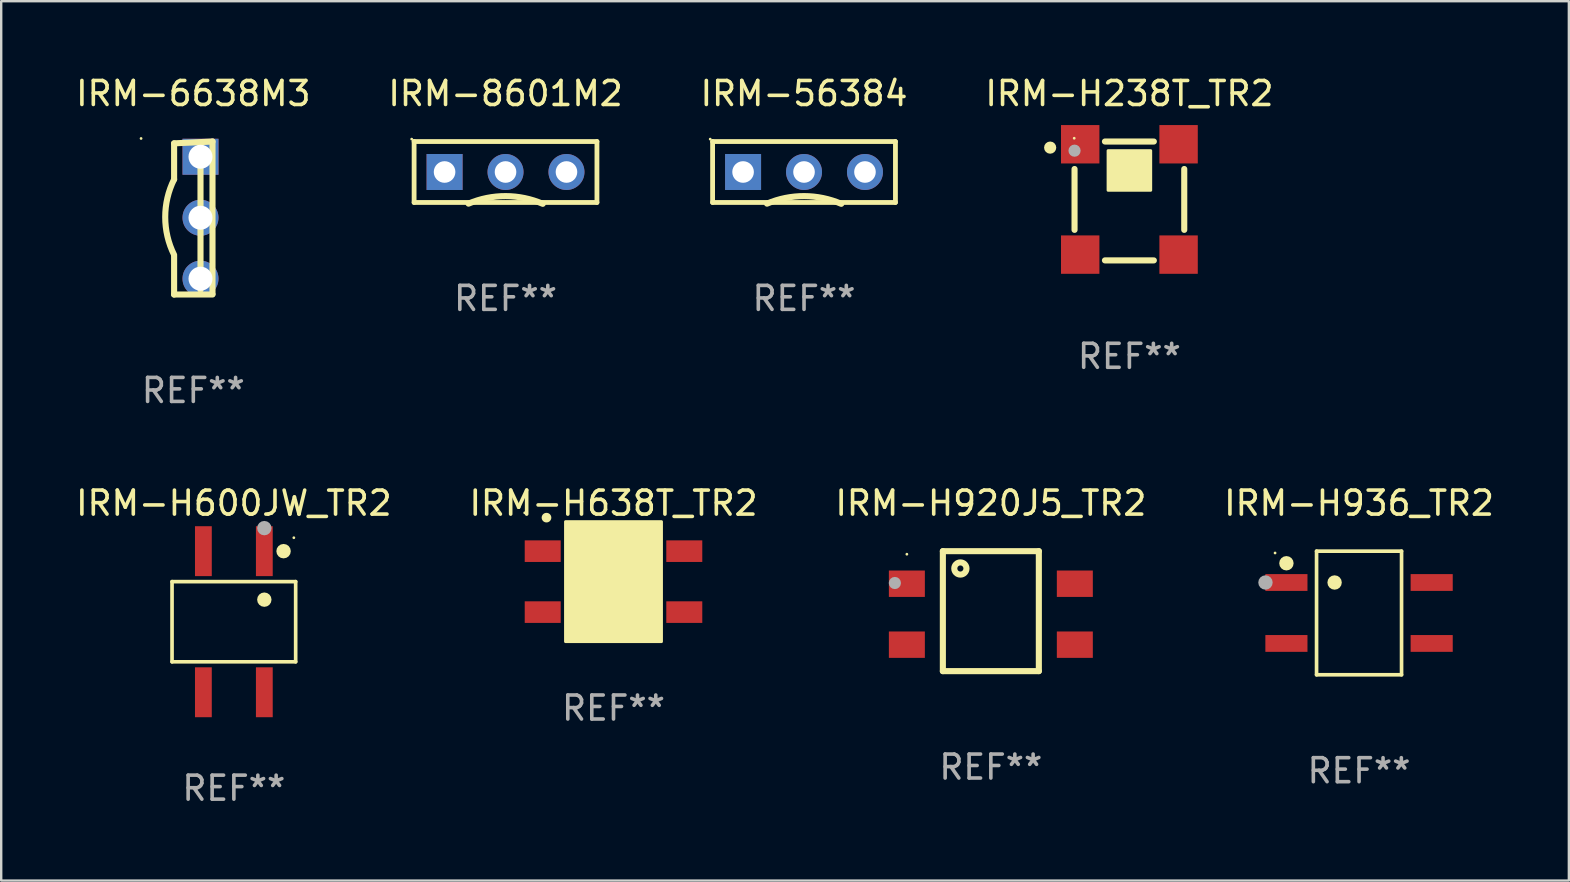
<source format=kicad_pcb>
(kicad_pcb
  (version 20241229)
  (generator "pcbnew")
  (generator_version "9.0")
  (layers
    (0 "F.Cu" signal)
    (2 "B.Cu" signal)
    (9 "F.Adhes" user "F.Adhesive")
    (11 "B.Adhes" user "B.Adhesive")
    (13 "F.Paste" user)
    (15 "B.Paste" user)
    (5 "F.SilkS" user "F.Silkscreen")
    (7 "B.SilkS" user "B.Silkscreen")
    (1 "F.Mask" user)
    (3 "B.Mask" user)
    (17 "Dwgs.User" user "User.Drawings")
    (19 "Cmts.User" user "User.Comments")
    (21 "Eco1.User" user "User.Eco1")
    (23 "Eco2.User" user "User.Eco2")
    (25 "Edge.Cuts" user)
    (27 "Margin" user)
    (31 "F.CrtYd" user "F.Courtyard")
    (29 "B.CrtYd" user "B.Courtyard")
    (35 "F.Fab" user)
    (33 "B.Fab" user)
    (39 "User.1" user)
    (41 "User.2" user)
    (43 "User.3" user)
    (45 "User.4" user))
  (footprint "IRM-6638M3"
    (layer "F.Cu")
    (at 5.006 6.036)
    (property "Reference" "IRM-6638M3" (at 0 -5.188 0) (layer "F.SilkS") (effects (font (size 1 1) (thickness 0.15))))
    (attr through_hole)
    (fp_line (start -0.8 -1.612) (end -0.8 -3.112) (stroke (width 0.254) (type solid)) (layer "F.SilkS"))
    (fp_line (start -0.8 1.588) (end -0.8 3.188) (stroke (width 0.254) (type solid)) (layer "F.SilkS"))
    (fp_line (start -0.8 3.188) (end 0.8 3.188) (stroke (width 0.254) (type solid)) (layer "F.SilkS"))
    (fp_line (start 0.3 -3.012) (end 0.3 2.988) (stroke (width 0.254) (type solid)) (layer "F.SilkS"))
    (fp_line (start 0.8 -3.188) (end -0.8 -3.112) (stroke (width 0.254) (type solid)) (layer "F.SilkS"))
    (fp_line (start 0.8 -3.188) (end 0.8 3.163) (stroke (width 0.254) (type solid)) (layer "F.SilkS"))
    (fp_arc (start -0.8 1.537109) (mid -1.170259 -0.037694) (end -0.8 -1.612497) (stroke (width 0.254001) (type solid)) (layer "F.SilkS"))
    (fp_circle (center -2.177 -3.315) (end -2.147 -3.315) (stroke (width 0.06) (type solid)) (fill no) (layer "F.SilkS"))
    (fp_text user "REF**" (at 0 7.188 0) (layer "F.Fab") (effects (font (size 1 1) (thickness 0.15))))
    (pad "1" thru_hole rect (at 0.3 -2.553 270) (size 1.5 1.5) (drill 1) (layers "*.Cu" "*.Mask"))
    (pad "2" thru_hole circle (at 0.3 -0.012) (size 1.5 1.5) (drill 1) (layers "*.Cu" "*.Mask"))
    (pad "3" thru_hole circle (at 0.3 2.528) (size 1.5 1.5) (drill 1) (layers "*.Cu" "*.Mask")))
  (footprint "IRM-H638T_TR2"
    (layer "F.Cu")
    (at 22.518 21.19)
    (property "Reference" "IRM-H638T_TR2" (at 0 -3.27 0) (layer "F.SilkS") (effects (font (size 1 1) (thickness 0.15))))
    (attr through_hole)
    (fp_arc (start -2.794006 -2.667005) (mid -2.792736 -2.667009) (end -2.791466 -2.667005) (stroke (width 0.4) (type solid)) (layer "F.SilkS"))
    (fp_circle (center -3.7 -2.867) (end -3.67 -2.867) (stroke (width 0.06) (type solid)) (fill no) (layer "F.SilkS"))
    (fp_circle (center 0 -0.762) (end 1.529 -0.762) (stroke (width 0.254) (type solid)) (fill no) (layer "F.SilkS"))
    (fp_poly (pts (xy -2 -2.5) (xy 2 -2.5) (xy 2 2.5) (xy -2 2.5)) (stroke (width 0.12) (type solid)) (fill yes) (layer "F.SilkS"))
    (fp_text user "REF**" (at 0 5.27 0) (layer "F.Fab") (effects (font (size 1 1) (thickness 0.15))))
    (pad "1" smd rect (at -2.95 -1.27 90) (size 0.9 1.5) (layers "F.Cu" "F.Mask" "F.Paste"))
    (pad "2" smd rect (at -2.95 1.27 90) (size 0.9 1.5) (layers "F.Cu" "F.Mask" "F.Paste"))
    (pad "3" smd rect (at 2.95 1.27 90) (size 0.9 1.5) (layers "F.Cu" "F.Mask" "F.Paste"))
    (pad "4" smd rect (at 2.95 -1.27 90) (size 0.9 1.5) (layers "F.Cu" "F.Mask" "F.Paste")))
  (footprint "IRM-H600JW_TR2"
    (layer "F.Cu")
    (at 6.696 22.86)
    (property "Reference" "IRM-H600JW_TR2" (at 0 -4.94 0) (layer "F.SilkS") (effects (font (size 1 1) (thickness 0.15))))
    (attr through_hole)
    (fp_line (start -2.576 -1.671) (end 2.576 -1.671) (stroke (width 0.152) (type solid)) (layer "F.SilkS"))
    (fp_line (start -2.576 1.671) (end -2.576 -1.671) (stroke (width 0.152) (type solid)) (layer "F.SilkS"))
    (fp_line (start 2.576 -1.671) (end 2.576 1.671) (stroke (width 0.152) (type solid)) (layer "F.SilkS"))
    (fp_line (start 2.576 1.671) (end -2.576 1.671) (stroke (width 0.152) (type solid)) (layer "F.SilkS"))
    (fp_circle (center 1.27 -0.919) (end 1.42 -0.919) (stroke (width 0.3) (type solid)) (fill no) (layer "F.SilkS"))
    (fp_circle (center 2.072 -2.94) (end 2.223 -2.94) (stroke (width 0.3) (type solid)) (fill no) (layer "F.SilkS"))
    (fp_circle (center 2.5 -3.5) (end 2.53 -3.5) (stroke (width 0.06) (type solid)) (fill no) (layer "F.SilkS"))
    (fp_circle (center 1.27 -3.9) (end 1.42 -3.9) (stroke (width 0.3) (type solid)) (fill no) (layer "F.Fab"))
    (fp_text user "REF**" (at 0 6.94 0) (layer "F.Fab") (effects (font (size 1 1) (thickness 0.15))))
    (pad "1" smd rect (at 1.27 -2.94) (size 0.7 2.08) (layers "F.Cu" "F.Mask" "F.Paste"))
    (pad "2" smd rect (at -1.27 -2.94) (size 0.7 2.08) (layers "F.Cu" "F.Mask" "F.Paste"))
    (pad "3" smd rect (at -1.27 2.94) (size 0.7 2.08) (layers "F.Cu" "F.Mask" "F.Paste"))
    (pad "4" smd rect (at 1.27 2.94) (size 0.7 2.08) (layers "F.Cu" "F.Mask" "F.Paste")))
  (footprint "IRM-H920J5_TR2"
    (layer "F.Cu")
    (at 38.244 22.42)
    (property "Reference" "IRM-H920J5_TR2" (at 0 -4.5 0) (layer "F.SilkS") (effects (font (size 1 1) (thickness 0.15))))
    (attr through_hole)
    (fp_line (start -2 -2.5) (end 2 -2.5) (stroke (width 0.254) (type solid)) (layer "F.SilkS"))
    (fp_line (start -2 2.5) (end -2 -2.5) (stroke (width 0.254) (type solid)) (layer "F.SilkS"))
    (fp_line (start 2 -2.5) (end 2 2.5) (stroke (width 0.254) (type solid)) (layer "F.SilkS"))
    (fp_line (start 2 2.5) (end -2 2.5) (stroke (width 0.254) (type solid)) (layer "F.SilkS"))
    (fp_circle (center -3.5 -2.373) (end -3.47 -2.373) (stroke (width 0.06) (type solid)) (fill no) (layer "F.SilkS"))
    (fp_circle (center -1.27 -1.778) (end -1.016 -1.778) (stroke (width 0.254) (type solid)) (fill no) (layer "F.SilkS"))
    (fp_circle (center -4 -1.173) (end -3.873 -1.173) (stroke (width 0.254) (type solid)) (fill no) (layer "F.Fab"))
    (fp_text user "REF**" (at 0 6.5 0) (layer "F.Fab") (effects (font (size 1 1) (thickness 0.15))))
    (pad "1" smd rect (at -3.5 -1.143) (size 1.5 1.1) (layers "F.Cu" "F.Mask" "F.Paste"))
    (pad "2" smd rect (at -3.5 1.397) (size 1.5 1.1) (layers "F.Cu" "F.Mask" "F.Paste"))
    (pad "3" smd rect (at 3.5 1.397) (size 1.5 1.1) (layers "F.Cu" "F.Mask" "F.Paste"))
    (pad "4" smd rect (at 3.5 -1.143) (size 1.5 1.1) (layers "F.Cu" "F.Mask" "F.Paste")))
  (footprint "IRM-8601M2"
    (layer "F.Cu")
    (at 18.018 4.118)
    (property "Reference" "IRM-8601M2" (at 0 -3.27 0) (layer "F.SilkS") (effects (font (size 1 1) (thickness 0.15))))
    (attr through_hole)
    (fp_line (start -3.81 -1.27) (end 3.81 -1.27) (stroke (width 0.2) (type solid)) (layer "F.SilkS"))
    (fp_line (start -3.81 1.27) (end -3.81 -1.27) (stroke (width 0.2) (type solid)) (layer "F.SilkS"))
    (fp_line (start 3.81 -1.27) (end 3.81 1.27) (stroke (width 0.2) (type solid)) (layer "F.SilkS"))
    (fp_line (start 3.81 1.27) (end -3.81 1.27) (stroke (width 0.2) (type solid)) (layer "F.SilkS"))
    (fp_arc (start -1.541808 1.318263) (mid 0.005837 1.004733) (end 1.551918 1.325883) (stroke (width 0.254001) (type solid)) (layer "F.SilkS"))
    (fp_circle (center -3.91 -1.37) (end -3.88 -1.37) (stroke (width 0.06) (type solid)) (fill no) (layer "F.SilkS"))
    (fp_text user "REF**" (at 0 5.27 0) (layer "F.Fab") (effects (font (size 1 1) (thickness 0.15))))
    (pad "1" thru_hole rect (at -2.54 -0.000051) (size 1.5 1.5) (drill 0.9) (layers "*.Cu" "*.Mask"))
    (pad "2" thru_hole circle (at -0.000025 -0.000051) (size 1.5 1.5) (drill 0.9) (layers "*.Cu" "*.Mask"))
    (pad "3" thru_hole circle (at 2.54 -0.000051) (size 1.5 1.5) (drill 0.9) (layers "*.Cu" "*.Mask")))
  (footprint "IRM-H238T_TR2"
    (layer "F.Cu")
    (at 44.018 5.325)
    (property "Reference" "IRM-H238T_TR2" (at 0 -4.477 0) (layer "F.SilkS") (effects (font (size 1 1) (thickness 0.15))))
    (attr through_hole)
    (fp_line (start -2.286 1.205) (end -2.286 -1.332) (stroke (width 0.254) (type solid)) (layer "F.SilkS"))
    (fp_line (start -1.019 -2.477) (end 1.019 -2.477) (stroke (width 0.254) (type solid)) (layer "F.SilkS"))
    (fp_line (start -1.019 2.477) (end 1.019 2.477) (stroke (width 0.254) (type solid)) (layer "F.SilkS"))
    (fp_line (start 2.286 1.205) (end 2.286 -1.332) (stroke (width 0.254) (type solid)) (layer "F.SilkS"))
    (fp_circle (center -3.302 -2.223) (end -3.175 -2.223) (stroke (width 0.254) (type solid)) (fill no) (layer "F.SilkS"))
    (fp_circle (center -2.3 -2.614) (end -2.27 -2.614) (stroke (width 0.06) (type solid)) (fill no) (layer "F.SilkS"))
    (fp_poly (pts (xy -0.889 -2.096) (xy 0.889 -2.096) (xy 0.889 -0.445) (xy -0.889 -0.445)) (stroke (width 0.12) (type solid)) (fill yes) (layer "F.SilkS"))
    (fp_circle (center -2.286 -2.096) (end -2.159 -2.096) (stroke (width 0.254) (type solid)) (fill no) (layer "F.Fab"))
    (fp_text user "REF**" (at 0 6.477 0) (layer "F.Fab") (effects (font (size 1 1) (thickness 0.15))))
    (pad "1" smd rect (at -2.05 -2.363) (size 1.6 1.6) (layers "F.Cu" "F.Mask" "F.Paste"))
    (pad "2" smd rect (at -2.05 2.236) (size 1.6 1.6) (layers "F.Cu" "F.Mask" "F.Paste"))
    (pad "3" smd rect (at 2.05 2.236) (size 1.6 1.6) (layers "F.Cu" "F.Mask" "F.Paste"))
    (pad "4" smd rect (at 2.05 -2.363) (size 1.6 1.6) (layers "F.Cu" "F.Mask" "F.Paste")))
  (footprint "IRM-H936_TR2"
    (layer "F.Cu")
    (at 53.589 22.496)
    (property "Reference" "IRM-H936_TR2" (at 0 -4.576 0) (layer "F.SilkS") (effects (font (size 1 1) (thickness 0.15))))
    (attr through_hole)
    (fp_line (start -1.771 -2.576) (end 1.771 -2.576) (stroke (width 0.152) (type solid)) (layer "F.SilkS"))
    (fp_line (start -1.771 2.576) (end -1.771 -2.576) (stroke (width 0.152) (type solid)) (layer "F.SilkS"))
    (fp_line (start 1.771 -2.576) (end 1.771 2.576) (stroke (width 0.152) (type solid)) (layer "F.SilkS"))
    (fp_line (start 1.771 2.576) (end -1.771 2.576) (stroke (width 0.152) (type solid)) (layer "F.SilkS"))
    (fp_circle (center -3.5 -2.5) (end -3.47 -2.5) (stroke (width 0.06) (type solid)) (fill no) (layer "F.SilkS"))
    (fp_circle (center -3.027 -2.072) (end -2.877 -2.072) (stroke (width 0.3) (type solid)) (fill no) (layer "F.SilkS"))
    (fp_circle (center -1.019 -1.27) (end -0.869 -1.27) (stroke (width 0.3) (type solid)) (fill no) (layer "F.SilkS"))
    (fp_circle (center -3.9 -1.27) (end -3.75 -1.27) (stroke (width 0.3) (type solid)) (fill no) (layer "F.Fab"))
    (fp_text user "REF**" (at 0 6.576 0) (layer "F.Fab") (effects (font (size 1 1) (thickness 0.15))))
    (pad "1" smd rect (at -3.027 -1.27 270) (size 0.7 1.755) (layers "F.Cu" "F.Mask" "F.Paste"))
    (pad "2" smd rect (at -3.027 1.27 270) (size 0.7 1.755) (layers "F.Cu" "F.Mask" "F.Paste"))
    (pad "3" smd rect (at 3.027 1.27 270) (size 0.7 1.755) (layers "F.Cu" "F.Mask" "F.Paste"))
    (pad "4" smd rect (at 3.027 -1.27 270) (size 0.7 1.755) (layers "F.Cu" "F.Mask" "F.Paste")))
  (footprint "IRM-56384"
    (layer "F.Cu")
    (at 30.458 4.118)
    (property "Reference" "IRM-56384" (at 0 -3.27 0) (layer "F.SilkS") (effects (font (size 1 1) (thickness 0.15))))
    (attr through_hole)
    (fp_line (start -3.81 -1.27) (end 3.81 -1.27) (stroke (width 0.2) (type solid)) (layer "F.SilkS"))
    (fp_line (start -3.81 1.27) (end -3.81 -1.27) (stroke (width 0.2) (type solid)) (layer "F.SilkS"))
    (fp_line (start 3.81 -1.27) (end 3.81 1.27) (stroke (width 0.2) (type solid)) (layer "F.SilkS"))
    (fp_line (start 3.81 1.27) (end -3.81 1.27) (stroke (width 0.2) (type solid)) (layer "F.SilkS"))
    (fp_arc (start -1.541808 1.318263) (mid 0.005837 1.004733) (end 1.551918 1.325883) (stroke (width 0.254001) (type solid)) (layer "F.SilkS"))
    (fp_circle (center -3.91 -1.37) (end -3.88 -1.37) (stroke (width 0.06) (type solid)) (fill no) (layer "F.SilkS"))
    (fp_text user "REF**" (at 0 5.27 0) (layer "F.Fab") (effects (font (size 1 1) (thickness 0.15))))
    (pad "1" thru_hole rect (at -2.54 -0.000051) (size 1.5 1.5) (drill 0.9) (layers "*.Cu" "*.Mask"))
    (pad "2" thru_hole circle (at -0.000025 -0.000051) (size 1.5 1.5) (drill 0.9) (layers "*.Cu" "*.Mask"))
    (pad "3" thru_hole circle (at 2.54 -0.000051) (size 1.5 1.5) (drill 0.9) (layers "*.Cu" "*.Mask")))
  (gr_rect
    (start -3 -3)
    (end 62.333 33.648)
    (stroke (width 0.1) (type default))
    (fill no)
    (layer "Edge.Cuts")))
</source>
